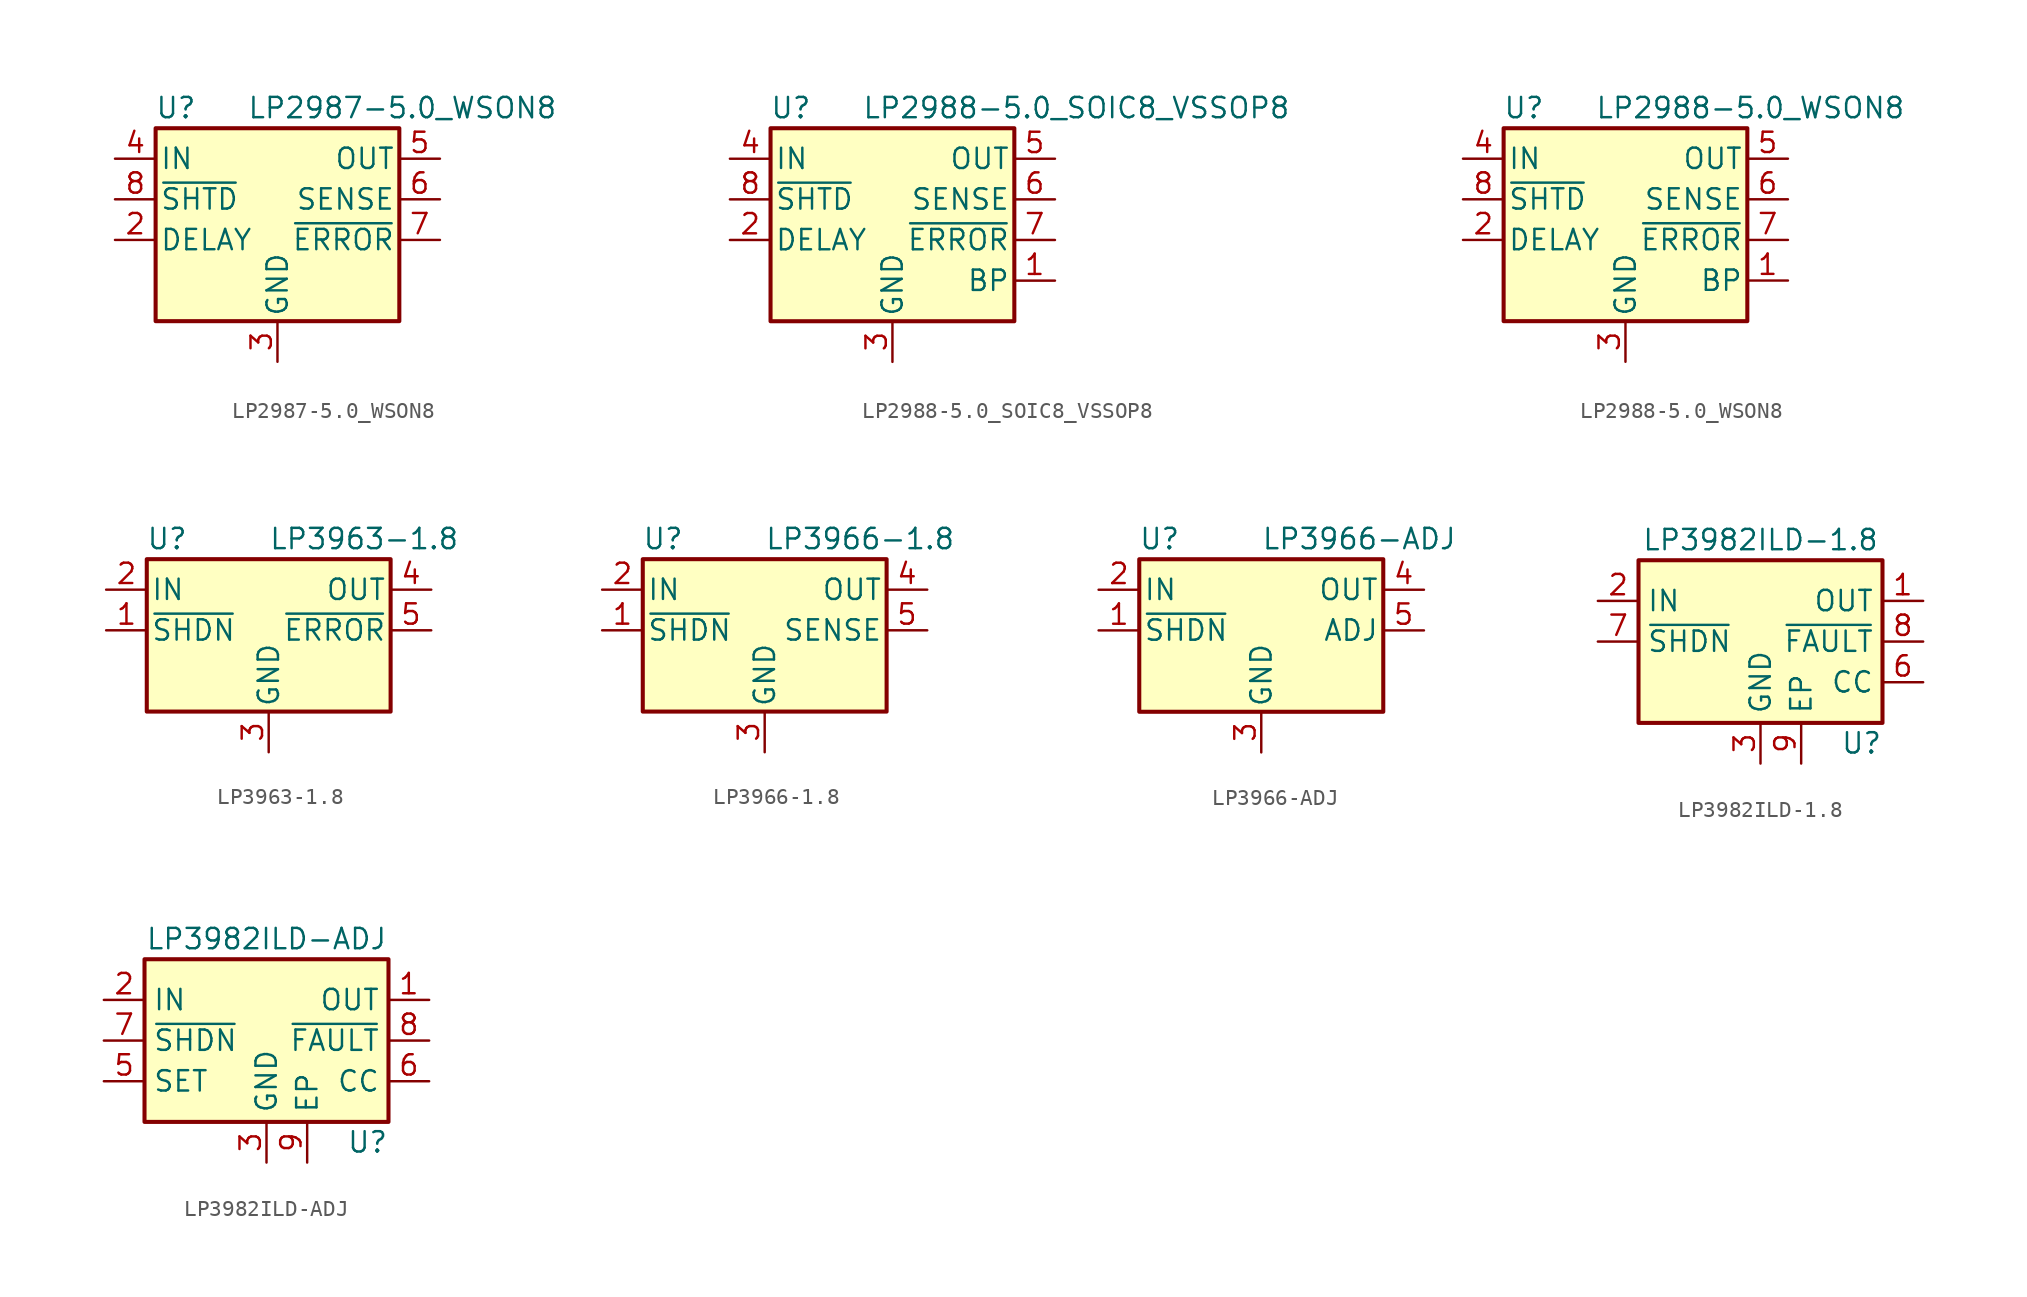
<source format=kicad_sym>
(kicad_symbol_lib
  (version 20241209)
  (generator "kicad_symbol_editor")
  (generator_version "9.0")
  (symbol "LP2987-5.0_WSON8"
    (pin_names
      (offset 0.254))
    (property "Reference" "U"
      (at -6.35 5.715 0)
      (effects (font (size 1.27 1.27))))
    (property "Value" "LP2987-5.0_WSON8"
      (at -1.905 5.715 0)
      (effects (font (size 1.27 1.27)) (justify left)))
    (symbol "LP2987-5.0_WSON8_0_1"
      (rectangle (start -7.62 4.445) (end 7.62 -7.62) (stroke (width 0.254) (type default)) (fill (type background))))
    (symbol "LP2987-5.0_WSON8_1_1"
      (pin power_in line (at -10.16 2.54 0) (length 2.54) (name "IN" (effects (font (size 1.27 1.27)))) (number "4" (effects (font (size 1.27 1.27)))))
      (pin input line (at -10.16 0 0) (length 2.54) (name "~{SHTD}" (effects (font (size 1.27 1.27)))) (number "8" (effects (font (size 1.27 1.27)))))
      (pin passive line (at -10.16 -2.54 0) (length 2.54) (name "DELAY" (effects (font (size 1.27 1.27)))) (number "2" (effects (font (size 1.27 1.27)))))
      (pin power_in line (at 0 -10.16 90) (length 2.54) (name "GND" (effects (font (size 1.27 1.27)))) (number "3" (effects (font (size 1.27 1.27)))))
      (pin passive line (at 0 -10.16 90) (length 2.54) (hide yes) (name "GND" (effects (font (size 1.27 1.27)))) (number "9" (effects (font (size 1.27 1.27)))))
      (pin no_connect line (at 2.54 -7.62 90) (length 2.54) (hide yes) (name "NC" (effects (font (size 1.27 1.27)))) (number "1" (effects (font (size 1.27 1.27)))))
      (pin power_out line (at 10.16 2.54 180) (length 2.54) (name "OUT" (effects (font (size 1.27 1.27)))) (number "5" (effects (font (size 1.27 1.27)))))
      (pin input line (at 10.16 0 180) (length 2.54) (name "SENSE" (effects (font (size 1.27 1.27)))) (number "6" (effects (font (size 1.27 1.27)))))
      (pin output line (at 10.16 -2.54 180) (length 2.54) (name "~{ERROR}" (effects (font (size 1.27 1.27)))) (number "7" (effects (font (size 1.27 1.27)))))))
  (symbol "LP2988-5.0_SOIC8_VSSOP8"
    (pin_names
      (offset 0.254))
    (property "Reference" "U"
      (at -6.35 5.715 0)
      (effects (font (size 1.27 1.27))))
    (property "Value" "LP2988-5.0_SOIC8_VSSOP8"
      (at -1.905 5.715 0)
      (effects (font (size 1.27 1.27)) (justify left)))
    (symbol "LP2988-5.0_SOIC8_VSSOP8_0_1"
      (rectangle (start -7.62 4.445) (end 7.62 -7.62) (stroke (width 0.254) (type default)) (fill (type background))))
    (symbol "LP2988-5.0_SOIC8_VSSOP8_1_1"
      (pin power_in line (at -10.16 2.54 0) (length 2.54) (name "IN" (effects (font (size 1.27 1.27)))) (number "4" (effects (font (size 1.27 1.27)))))
      (pin input line (at -10.16 0 0) (length 2.54) (name "~{SHTD}" (effects (font (size 1.27 1.27)))) (number "8" (effects (font (size 1.27 1.27)))))
      (pin passive line (at -10.16 -2.54 0) (length 2.54) (name "DELAY" (effects (font (size 1.27 1.27)))) (number "2" (effects (font (size 1.27 1.27)))))
      (pin power_in line (at 0 -10.16 90) (length 2.54) (name "GND" (effects (font (size 1.27 1.27)))) (number "3" (effects (font (size 1.27 1.27)))))
      (pin power_out line (at 10.16 2.54 180) (length 2.54) (name "OUT" (effects (font (size 1.27 1.27)))) (number "5" (effects (font (size 1.27 1.27)))))
      (pin input line (at 10.16 0 180) (length 2.54) (name "SENSE" (effects (font (size 1.27 1.27)))) (number "6" (effects (font (size 1.27 1.27)))))
      (pin output line (at 10.16 -2.54 180) (length 2.54) (name "~{ERROR}" (effects (font (size 1.27 1.27)))) (number "7" (effects (font (size 1.27 1.27)))))
      (pin passive line (at 10.16 -5.08 180) (length 2.54) (name "BP" (effects (font (size 1.27 1.27)))) (number "1" (effects (font (size 1.27 1.27)))))))
  (symbol "LP2988-5.0_WSON8"
    (pin_names
      (offset 0.254))
    (property "Reference" "U"
      (at -6.35 5.715 0)
      (effects (font (size 1.27 1.27))))
    (property "Value" "LP2988-5.0_WSON8"
      (at -1.905 5.715 0)
      (effects (font (size 1.27 1.27)) (justify left)))
    (symbol "LP2988-5.0_WSON8_0_1"
      (rectangle (start -7.62 4.445) (end 7.62 -7.62) (stroke (width 0.254) (type default)) (fill (type background))))
    (symbol "LP2988-5.0_WSON8_1_1"
      (pin power_in line (at -10.16 2.54 0) (length 2.54) (name "IN" (effects (font (size 1.27 1.27)))) (number "4" (effects (font (size 1.27 1.27)))))
      (pin input line (at -10.16 0 0) (length 2.54) (name "~{SHTD}" (effects (font (size 1.27 1.27)))) (number "8" (effects (font (size 1.27 1.27)))))
      (pin passive line (at -10.16 -2.54 0) (length 2.54) (name "DELAY" (effects (font (size 1.27 1.27)))) (number "2" (effects (font (size 1.27 1.27)))))
      (pin power_in line (at 0 -10.16 90) (length 2.54) (name "GND" (effects (font (size 1.27 1.27)))) (number "3" (effects (font (size 1.27 1.27)))))
      (pin passive line (at 0 -10.16 90) (length 2.54) (hide yes) (name "GND" (effects (font (size 1.27 1.27)))) (number "9" (effects (font (size 1.27 1.27)))))
      (pin power_out line (at 10.16 2.54 180) (length 2.54) (name "OUT" (effects (font (size 1.27 1.27)))) (number "5" (effects (font (size 1.27 1.27)))))
      (pin input line (at 10.16 0 180) (length 2.54) (name "SENSE" (effects (font (size 1.27 1.27)))) (number "6" (effects (font (size 1.27 1.27)))))
      (pin output line (at 10.16 -2.54 180) (length 2.54) (name "~{ERROR}" (effects (font (size 1.27 1.27)))) (number "7" (effects (font (size 1.27 1.27)))))
      (pin passive line (at 10.16 -5.08 180) (length 2.54) (name "BP" (effects (font (size 1.27 1.27)))) (number "1" (effects (font (size 1.27 1.27)))))))
  (symbol "LP3963-1.8"
    (pin_names
      (offset 0.254))
    (property "Reference" "U"
      (at -6.35 5.715 0)
      (effects (font (size 1.27 1.27))))
    (property "Value" "LP3963-1.8"
      (at 0 5.715 0)
      (effects (font (size 1.27 1.27)) (justify left)))
    (symbol "LP3963-1.8_0_1"
      (rectangle (start -7.62 -5.08) (end 7.62 4.445) (stroke (width 0.254) (type default)) (fill (type background))))
    (symbol "LP3963-1.8_1_1"
      (pin power_in line (at -10.16 2.54 0) (length 2.54) (name "IN" (effects (font (size 1.27 1.27)))) (number "2" (effects (font (size 1.27 1.27)))))
      (pin input line (at -10.16 0 0) (length 2.54) (name "~{SHDN}" (effects (font (size 1.27 1.27)))) (number "1" (effects (font (size 1.27 1.27)))))
      (pin power_in line (at 0 -7.62 90) (length 2.54) (name "GND" (effects (font (size 1.27 1.27)))) (number "3" (effects (font (size 1.27 1.27)))))
      (pin power_out line (at 10.16 2.54 180) (length 2.54) (name "OUT" (effects (font (size 1.27 1.27)))) (number "4" (effects (font (size 1.27 1.27)))))
      (pin output line (at 10.16 0 180) (length 2.54) (name "~{ERROR}" (effects (font (size 1.27 1.27)))) (number "5" (effects (font (size 1.27 1.27)))))))
  (symbol "LP3966-1.8"
    (pin_names
      (offset 0.254))
    (property "Reference" "U"
      (at -6.35 5.715 0)
      (effects (font (size 1.27 1.27))))
    (property "Value" "LP3966-1.8"
      (at 0 5.715 0)
      (effects (font (size 1.27 1.27)) (justify left)))
    (symbol "LP3966-1.8_0_1"
      (rectangle (start -7.62 -5.08) (end 7.62 4.445) (stroke (width 0.254) (type default)) (fill (type background))))
    (symbol "LP3966-1.8_1_1"
      (pin power_in line (at -10.16 2.54 0) (length 2.54) (name "IN" (effects (font (size 1.27 1.27)))) (number "2" (effects (font (size 1.27 1.27)))))
      (pin input line (at -10.16 0 0) (length 2.54) (name "~{SHDN}" (effects (font (size 1.27 1.27)))) (number "1" (effects (font (size 1.27 1.27)))))
      (pin power_in line (at 0 -7.62 90) (length 2.54) (name "GND" (effects (font (size 1.27 1.27)))) (number "3" (effects (font (size 1.27 1.27)))))
      (pin power_out line (at 10.16 2.54 180) (length 2.54) (name "OUT" (effects (font (size 1.27 1.27)))) (number "4" (effects (font (size 1.27 1.27)))))
      (pin input line (at 10.16 0 180) (length 2.54) (name "SENSE" (effects (font (size 1.27 1.27)))) (number "5" (effects (font (size 1.27 1.27)))))))
  (symbol "LP3966-ADJ"
    (pin_names
      (offset 0.254))
    (property "Reference" "U"
      (at -6.35 5.715 0)
      (effects (font (size 1.27 1.27))))
    (property "Value" "LP3966-ADJ"
      (at 0 5.715 0)
      (effects (font (size 1.27 1.27)) (justify left)))
    (symbol "LP3966-ADJ_0_1"
      (rectangle (start -7.62 -5.08) (end 7.62 4.445) (stroke (width 0.254) (type default)) (fill (type background))))
    (symbol "LP3966-ADJ_1_1"
      (pin power_in line (at -10.16 2.54 0) (length 2.54) (name "IN" (effects (font (size 1.27 1.27)))) (number "2" (effects (font (size 1.27 1.27)))))
      (pin input line (at -10.16 0 0) (length 2.54) (name "~{SHDN}" (effects (font (size 1.27 1.27)))) (number "1" (effects (font (size 1.27 1.27)))))
      (pin power_in line (at 0 -7.62 90) (length 2.54) (name "GND" (effects (font (size 1.27 1.27)))) (number "3" (effects (font (size 1.27 1.27)))))
      (pin power_out line (at 10.16 2.54 180) (length 2.54) (name "OUT" (effects (font (size 1.27 1.27)))) (number "4" (effects (font (size 1.27 1.27)))))
      (pin input line (at 10.16 0 180) (length 2.54) (name "ADJ" (effects (font (size 1.27 1.27)))) (number "5" (effects (font (size 1.27 1.27)))))))
  (symbol "LP3982ILD-1.8"
    (property "Reference" "U"
      (at 7.62 -6.35 0)
      (effects (font (size 1.27 1.27)) (justify right)))
    (property "Value" "LP3982ILD-1.8"
      (at 0 6.35 0)
      (effects (font (size 1.27 1.27))))
    (symbol "LP3982ILD-1.8_0_1"
      (rectangle (start -7.62 5.08) (end 7.62 -5.08) (stroke (width 0.254) (type default)) (fill (type background))))
    (symbol "LP3982ILD-1.8_1_1"
      (pin power_in line (at -10.16 2.54 0) (length 2.54) (name "IN" (effects (font (size 1.27 1.27)))) (number "2" (effects (font (size 1.27 1.27)))))
      (pin input line (at -10.16 0 0) (length 2.54) (name "~{SHDN}" (effects (font (size 1.27 1.27)))) (number "7" (effects (font (size 1.27 1.27)))))
      (pin no_connect line (at -7.62 -2.54 0) (length 2.54) (hide yes) (name "NC" (effects (font (size 1.27 1.27)))) (number "5" (effects (font (size 1.27 1.27)))))
      (pin power_in line (at 0 -7.62 90) (length 2.54) (name "GND" (effects (font (size 1.27 1.27)))) (number "3" (effects (font (size 1.27 1.27)))))
      (pin passive line (at 2.54 -7.62 90) (length 2.54) (name "EP" (effects (font (size 1.27 1.27)))) (number "9" (effects (font (size 1.27 1.27)))))
      (pin power_out line (at 10.16 2.54 180) (length 2.54) (name "OUT" (effects (font (size 1.27 1.27)))) (number "1" (effects (font (size 1.27 1.27)))))
      (pin passive line (at 10.16 2.54 180) (length 2.54) (hide yes) (name "OUT" (effects (font (size 1.27 1.27)))) (number "4" (effects (font (size 1.27 1.27)))))
      (pin open_collector line (at 10.16 0 180) (length 2.54) (name "~{FAULT}" (effects (font (size 1.27 1.27)))) (number "8" (effects (font (size 1.27 1.27)))))
      (pin passive line (at 10.16 -2.54 180) (length 2.54) (name "CC" (effects (font (size 1.27 1.27)))) (number "6" (effects (font (size 1.27 1.27)))))))
  (symbol "LP3982ILD-ADJ"
    (property "Reference" "U"
      (at 7.62 -6.35 0)
      (effects (font (size 1.27 1.27)) (justify right)))
    (property "Value" "LP3982ILD-ADJ"
      (at 0 6.35 0)
      (effects (font (size 1.27 1.27))))
    (symbol "LP3982ILD-ADJ_0_1"
      (rectangle (start -7.62 5.08) (end 7.62 -5.08) (stroke (width 0.254) (type default)) (fill (type background))))
    (symbol "LP3982ILD-ADJ_1_1"
      (pin power_in line (at -10.16 2.54 0) (length 2.54) (name "IN" (effects (font (size 1.27 1.27)))) (number "2" (effects (font (size 1.27 1.27)))))
      (pin input line (at -10.16 0 0) (length 2.54) (name "~{SHDN}" (effects (font (size 1.27 1.27)))) (number "7" (effects (font (size 1.27 1.27)))))
      (pin passive line (at -10.16 -2.54 0) (length 2.54) (name "SET" (effects (font (size 1.27 1.27)))) (number "5" (effects (font (size 1.27 1.27)))))
      (pin power_in line (at 0 -7.62 90) (length 2.54) (name "GND" (effects (font (size 1.27 1.27)))) (number "3" (effects (font (size 1.27 1.27)))))
      (pin passive line (at 2.54 -7.62 90) (length 2.54) (name "EP" (effects (font (size 1.27 1.27)))) (number "9" (effects (font (size 1.27 1.27)))))
      (pin power_out line (at 10.16 2.54 180) (length 2.54) (name "OUT" (effects (font (size 1.27 1.27)))) (number "1" (effects (font (size 1.27 1.27)))))
      (pin passive line (at 10.16 2.54 180) (length 2.54) (hide yes) (name "OUT" (effects (font (size 1.27 1.27)))) (number "4" (effects (font (size 1.27 1.27)))))
      (pin open_collector line (at 10.16 0 180) (length 2.54) (name "~{FAULT}" (effects (font (size 1.27 1.27)))) (number "8" (effects (font (size 1.27 1.27)))))
      (pin passive line (at 10.16 -2.54 180) (length 2.54) (name "CC" (effects (font (size 1.27 1.27)))) (number "6" (effects (font (size 1.27 1.27))))))))
</source>
